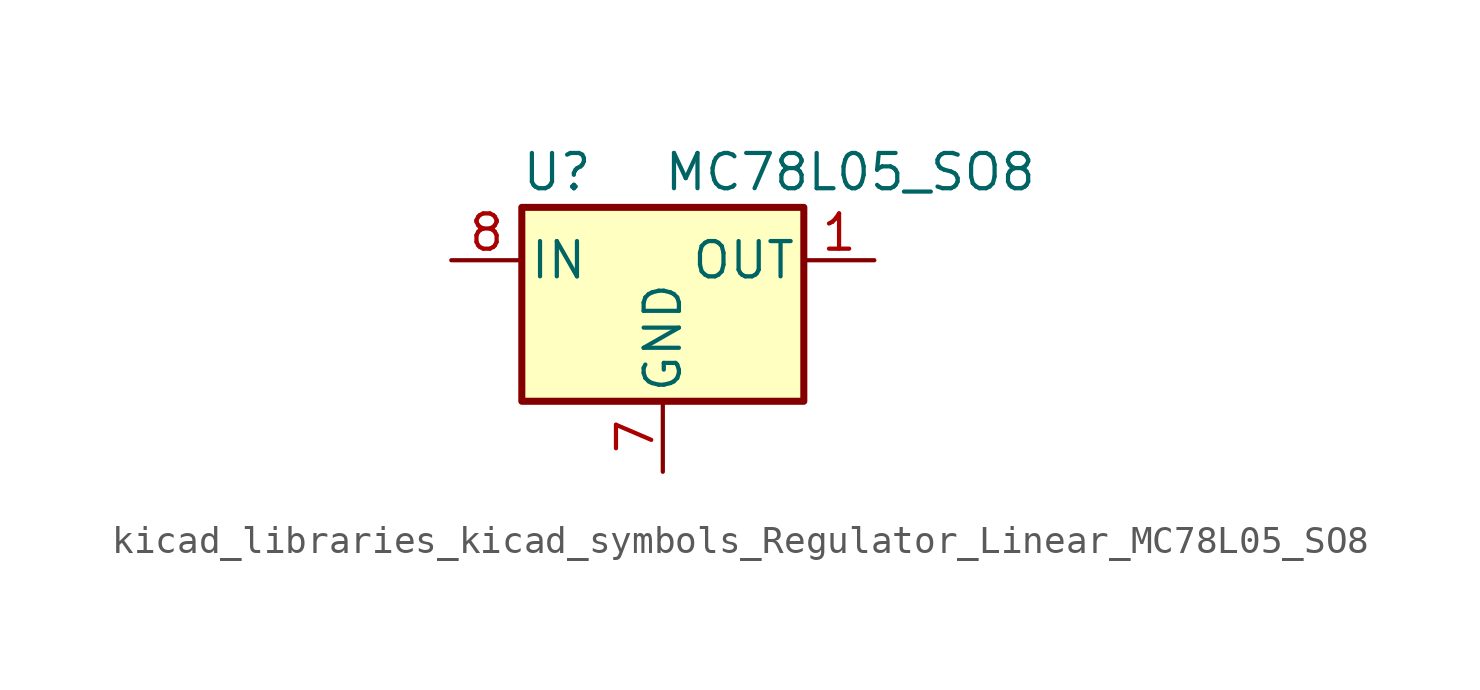
<source format=kicad_sym>
(kicad_symbol_lib
  (version 20220914)
  (generator kicad_symbol_editor)
  (symbol "kicad_libraries_kicad_symbols_Regulator_Linear_MC78L05_SO8"
    (pin_names
      (offset 0.254))
    (property "Reference" "U"
      (at -3.81 3.175 0)
      (effects (font (size 1.27 1.27))))
    (property "Value" "MC78L05_SO8"
      (at 0 3.175 0)
      (effects (font (size 1.27 1.27)) (justify left)))
    (symbol "kicad_libraries_kicad_symbols_Regulator_Linear_MC78L05_SO8_0_1"
      (rectangle (start -5.08 1.905) (end 5.08 -5.08) (stroke (width 0.254) (type default)) (fill (type background))))
    (symbol "kicad_libraries_kicad_symbols_Regulator_Linear_MC78L05_SO8_1_1"
      (pin power_out line (at 7.62 0 180) (length 2.54) (name "OUT" (effects (font (size 1.27 1.27)))) (number "1" (effects (font (size 1.27 1.27)))))
      (pin passive line (at 0 -7.62 90) (length 2.54) hide (name "GND" (effects (font (size 1.27 1.27)))) (number "2" (effects (font (size 1.27 1.27)))))
      (pin passive line (at 0 -7.62 90) (length 2.54) hide (name "GND" (effects (font (size 1.27 1.27)))) (number "3" (effects (font (size 1.27 1.27)))))
      (pin no_connect line (at -5.08 -2.54 0) (length 2.54) hide (name "NC" (effects (font (size 1.27 1.27)))) (number "4" (effects (font (size 1.27 1.27)))))
      (pin no_connect line (at 5.08 -2.54 180) (length 2.54) hide (name "NC" (effects (font (size 1.27 1.27)))) (number "5" (effects (font (size 1.27 1.27)))))
      (pin passive line (at 0 -7.62 90) (length 2.54) hide (name "GND" (effects (font (size 1.27 1.27)))) (number "6" (effects (font (size 1.27 1.27)))))
      (pin power_in line (at 0 -7.62 90) (length 2.54) (name "GND" (effects (font (size 1.27 1.27)))) (number "7" (effects (font (size 1.27 1.27)))))
      (pin power_in line (at -7.62 0 0) (length 2.54) (name "IN" (effects (font (size 1.27 1.27)))) (number "8" (effects (font (size 1.27 1.27))))))))
</source>
